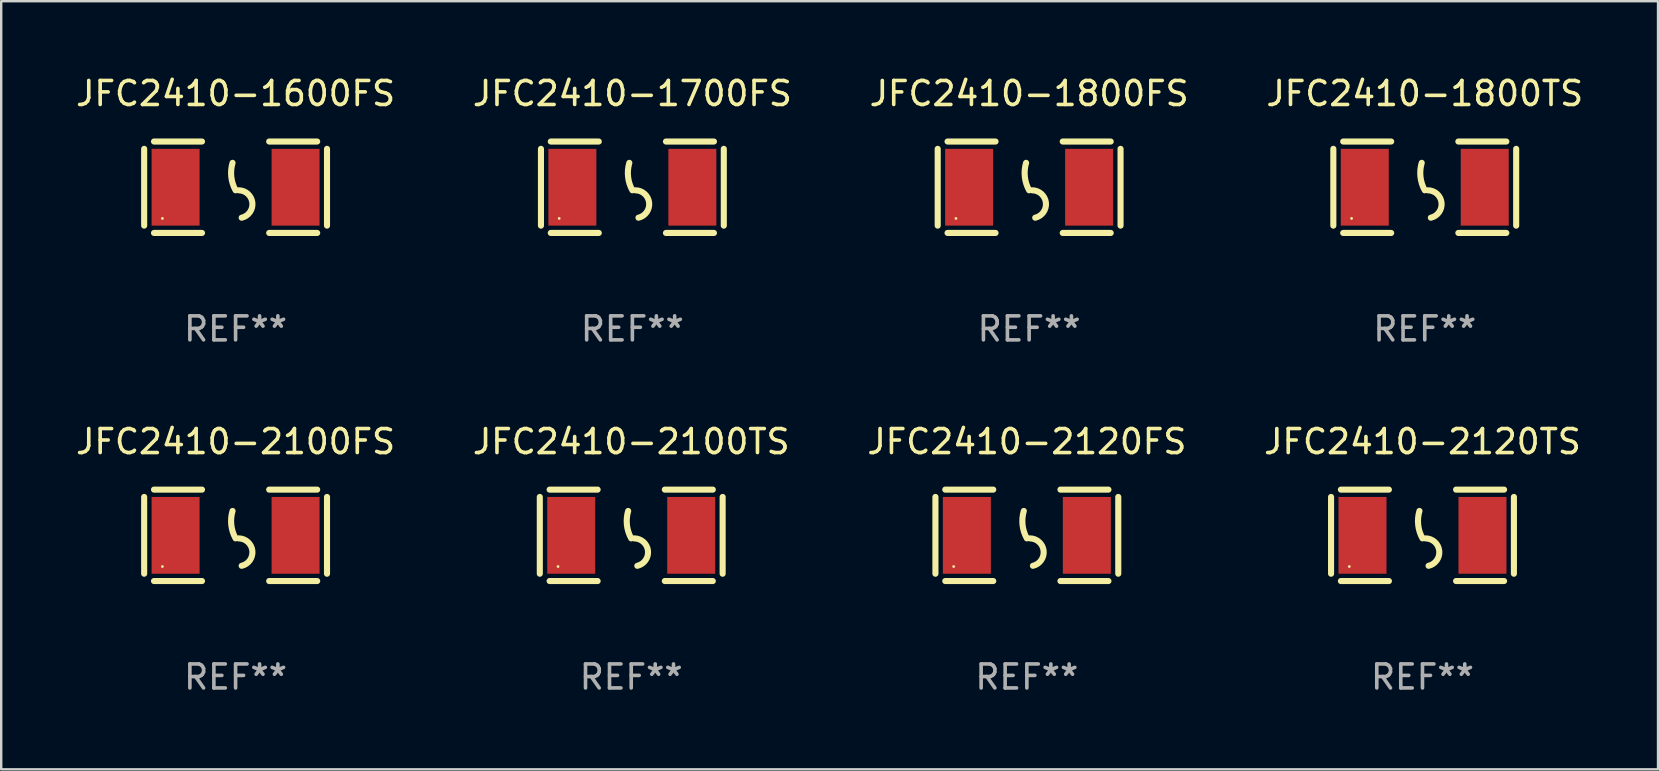
<source format=kicad_pcb>
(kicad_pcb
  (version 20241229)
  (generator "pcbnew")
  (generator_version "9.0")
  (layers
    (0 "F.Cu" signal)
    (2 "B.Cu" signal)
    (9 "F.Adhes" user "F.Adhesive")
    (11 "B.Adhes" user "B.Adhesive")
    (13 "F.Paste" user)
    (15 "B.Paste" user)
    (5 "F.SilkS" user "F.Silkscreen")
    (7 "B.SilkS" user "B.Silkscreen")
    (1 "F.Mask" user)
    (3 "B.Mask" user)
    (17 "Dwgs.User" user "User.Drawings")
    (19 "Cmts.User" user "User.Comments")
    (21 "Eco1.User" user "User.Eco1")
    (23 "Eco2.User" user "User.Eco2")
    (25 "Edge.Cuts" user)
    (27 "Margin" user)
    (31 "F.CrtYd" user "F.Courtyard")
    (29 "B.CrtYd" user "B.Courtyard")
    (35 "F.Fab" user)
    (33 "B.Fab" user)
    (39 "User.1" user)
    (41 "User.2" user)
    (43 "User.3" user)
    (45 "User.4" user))
  (footprint "JFC2410-1700FS"
    (layer "F.Cu")
    (at 23.304 4.753)
    (property "Reference" "JFC2410-1700FS" (at 0 -3.905 0) (layer "F.SilkS") (effects (font (size 1 1) (thickness 0.15))))
    (attr through_hole)
    (fp_line (start -3.81 -1.6) (end -3.81 1.6) (stroke (width 0.254) (type solid)) (layer "F.SilkS"))
    (fp_line (start -3.4 -1.905) (end -1.4 -1.905) (stroke (width 0.254) (type solid)) (layer "F.SilkS"))
    (fp_line (start -3.4 1.905) (end -1.4 1.905) (stroke (width 0.254) (type solid)) (layer "F.SilkS"))
    (fp_line (start 1.4 -1.905) (end 3.4 -1.905) (stroke (width 0.254) (type solid)) (layer "F.SilkS"))
    (fp_line (start 1.4 1.905) (end 3.4 1.905) (stroke (width 0.254) (type solid)) (layer "F.SilkS"))
    (fp_line (start 3.81 -1.6) (end 3.81 1.6) (stroke (width 0.254) (type solid)) (layer "F.SilkS"))
    (fp_arc (start 0 0.127) (mid -0.178599 -0.431712) (end -0.127 -1.016002) (stroke (width 0.254001) (type solid)) (layer "F.SilkS"))
    (fp_arc (start 0.126999 0.127) (mid 0.698883 0.642014) (end 0.254001 1.270003) (stroke (width 0.254001) (type solid)) (layer "F.SilkS"))
    (fp_circle (center -3.05 1.3) (end -3.02 1.3) (stroke (width 0.06) (type solid)) (fill no) (layer "F.SilkS"))
    (fp_text user "REF**" (at 0 5.905 0) (layer "F.Fab") (effects (font (size 1 1) (thickness 0.15))))
    (pad "1" smd rect (at -2.5 0) (size 2 3.2) (layers "F.Cu" "F.Mask" "F.Paste"))
    (pad "2" smd rect (at 2.5 0) (size 2 3.2) (layers "F.Cu" "F.Mask" "F.Paste")))
  (footprint "JFC2410-2100FS"
    (layer "F.Cu")
    (at 6.768 19.26)
    (property "Reference" "JFC2410-2100FS" (at 0 -3.905 0) (layer "F.SilkS") (effects (font (size 1 1) (thickness 0.15))))
    (attr through_hole)
    (fp_line (start -3.81 -1.6) (end -3.81 1.6) (stroke (width 0.254) (type solid)) (layer "F.SilkS"))
    (fp_line (start -3.4 -1.905) (end -1.4 -1.905) (stroke (width 0.254) (type solid)) (layer "F.SilkS"))
    (fp_line (start -3.4 1.905) (end -1.4 1.905) (stroke (width 0.254) (type solid)) (layer "F.SilkS"))
    (fp_line (start 1.4 -1.905) (end 3.4 -1.905) (stroke (width 0.254) (type solid)) (layer "F.SilkS"))
    (fp_line (start 1.4 1.905) (end 3.4 1.905) (stroke (width 0.254) (type solid)) (layer "F.SilkS"))
    (fp_line (start 3.81 -1.6) (end 3.81 1.6) (stroke (width 0.254) (type solid)) (layer "F.SilkS"))
    (fp_arc (start 0 0.127) (mid -0.178599 -0.431712) (end -0.127 -1.016002) (stroke (width 0.254001) (type solid)) (layer "F.SilkS"))
    (fp_arc (start 0.126999 0.127) (mid 0.698883 0.642014) (end 0.254001 1.270003) (stroke (width 0.254001) (type solid)) (layer "F.SilkS"))
    (fp_circle (center -3.05 1.3) (end -3.02 1.3) (stroke (width 0.06) (type solid)) (fill no) (layer "F.SilkS"))
    (fp_text user "REF**" (at 0 5.905 0) (layer "F.Fab") (effects (font (size 1 1) (thickness 0.15))))
    (pad "1" smd rect (at -2.5 0) (size 2 3.2) (layers "F.Cu" "F.Mask" "F.Paste"))
    (pad "2" smd rect (at 2.5 0) (size 2 3.2) (layers "F.Cu" "F.Mask" "F.Paste")))
  (footprint "JFC2410-2120TS"
    (layer "F.Cu")
    (at 56.232 19.26)
    (property "Reference" "JFC2410-2120TS" (at 0 -3.905 0) (layer "F.SilkS") (effects (font (size 1 1) (thickness 0.15))))
    (attr through_hole)
    (fp_line (start -3.81 -1.6) (end -3.81 1.6) (stroke (width 0.254) (type solid)) (layer "F.SilkS"))
    (fp_line (start -3.4 -1.905) (end -1.4 -1.905) (stroke (width 0.254) (type solid)) (layer "F.SilkS"))
    (fp_line (start -3.4 1.905) (end -1.4 1.905) (stroke (width 0.254) (type solid)) (layer "F.SilkS"))
    (fp_line (start 1.4 -1.905) (end 3.4 -1.905) (stroke (width 0.254) (type solid)) (layer "F.SilkS"))
    (fp_line (start 1.4 1.905) (end 3.4 1.905) (stroke (width 0.254) (type solid)) (layer "F.SilkS"))
    (fp_line (start 3.81 -1.6) (end 3.81 1.6) (stroke (width 0.254) (type solid)) (layer "F.SilkS"))
    (fp_arc (start 0 0.127) (mid -0.178599 -0.431712) (end -0.127 -1.016002) (stroke (width 0.254001) (type solid)) (layer "F.SilkS"))
    (fp_arc (start 0.126999 0.127) (mid 0.698883 0.642014) (end 0.254001 1.270003) (stroke (width 0.254001) (type solid)) (layer "F.SilkS"))
    (fp_circle (center -3.05 1.3) (end -3.02 1.3) (stroke (width 0.06) (type solid)) (fill no) (layer "F.SilkS"))
    (fp_text user "REF**" (at 0 5.905 0) (layer "F.Fab") (effects (font (size 1 1) (thickness 0.15))))
    (pad "1" smd rect (at -2.5 0) (size 2 3.2) (layers "F.Cu" "F.Mask" "F.Paste"))
    (pad "2" smd rect (at 2.5 0) (size 2 3.2) (layers "F.Cu" "F.Mask" "F.Paste")))
  (footprint "JFC2410-1600FS"
    (layer "F.Cu")
    (at 6.768 4.753)
    (property "Reference" "JFC2410-1600FS" (at 0 -3.905 0) (layer "F.SilkS") (effects (font (size 1 1) (thickness 0.15))))
    (attr through_hole)
    (fp_line (start -3.81 -1.6) (end -3.81 1.6) (stroke (width 0.254) (type solid)) (layer "F.SilkS"))
    (fp_line (start -3.4 -1.905) (end -1.4 -1.905) (stroke (width 0.254) (type solid)) (layer "F.SilkS"))
    (fp_line (start -3.4 1.905) (end -1.4 1.905) (stroke (width 0.254) (type solid)) (layer "F.SilkS"))
    (fp_line (start 1.4 -1.905) (end 3.4 -1.905) (stroke (width 0.254) (type solid)) (layer "F.SilkS"))
    (fp_line (start 1.4 1.905) (end 3.4 1.905) (stroke (width 0.254) (type solid)) (layer "F.SilkS"))
    (fp_line (start 3.81 -1.6) (end 3.81 1.6) (stroke (width 0.254) (type solid)) (layer "F.SilkS"))
    (fp_arc (start 0 0.127) (mid -0.178599 -0.431712) (end -0.127 -1.016002) (stroke (width 0.254001) (type solid)) (layer "F.SilkS"))
    (fp_arc (start 0.126999 0.127) (mid 0.698883 0.642014) (end 0.254001 1.270003) (stroke (width 0.254001) (type solid)) (layer "F.SilkS"))
    (fp_circle (center -3.05 1.3) (end -3.02 1.3) (stroke (width 0.06) (type solid)) (fill no) (layer "F.SilkS"))
    (fp_text user "REF**" (at 0 5.905 0) (layer "F.Fab") (effects (font (size 1 1) (thickness 0.15))))
    (pad "1" smd rect (at -2.5 0) (size 2 3.2) (layers "F.Cu" "F.Mask" "F.Paste"))
    (pad "2" smd rect (at 2.5 0) (size 2 3.2) (layers "F.Cu" "F.Mask" "F.Paste")))
  (footprint "JFC2410-2100TS"
    (layer "F.Cu")
    (at 23.256 19.26)
    (property "Reference" "JFC2410-2100TS" (at 0 -3.905 0) (layer "F.SilkS") (effects (font (size 1 1) (thickness 0.15))))
    (attr through_hole)
    (fp_line (start -3.81 -1.6) (end -3.81 1.6) (stroke (width 0.254) (type solid)) (layer "F.SilkS"))
    (fp_line (start -3.4 -1.905) (end -1.4 -1.905) (stroke (width 0.254) (type solid)) (layer "F.SilkS"))
    (fp_line (start -3.4 1.905) (end -1.4 1.905) (stroke (width 0.254) (type solid)) (layer "F.SilkS"))
    (fp_line (start 1.4 -1.905) (end 3.4 -1.905) (stroke (width 0.254) (type solid)) (layer "F.SilkS"))
    (fp_line (start 1.4 1.905) (end 3.4 1.905) (stroke (width 0.254) (type solid)) (layer "F.SilkS"))
    (fp_line (start 3.81 -1.6) (end 3.81 1.6) (stroke (width 0.254) (type solid)) (layer "F.SilkS"))
    (fp_arc (start 0 0.127) (mid -0.178599 -0.431712) (end -0.127 -1.016002) (stroke (width 0.254001) (type solid)) (layer "F.SilkS"))
    (fp_arc (start 0.126999 0.127) (mid 0.698883 0.642014) (end 0.254001 1.270003) (stroke (width 0.254001) (type solid)) (layer "F.SilkS"))
    (fp_circle (center -3.05 1.3) (end -3.02 1.3) (stroke (width 0.06) (type solid)) (fill no) (layer "F.SilkS"))
    (fp_text user "REF**" (at 0 5.905 0) (layer "F.Fab") (effects (font (size 1 1) (thickness 0.15))))
    (pad "1" smd rect (at -2.5 0) (size 2 3.2) (layers "F.Cu" "F.Mask" "F.Paste"))
    (pad "2" smd rect (at 2.5 0) (size 2 3.2) (layers "F.Cu" "F.Mask" "F.Paste")))
  (footprint "JFC2410-1800TS"
    (layer "F.Cu")
    (at 56.327 4.753)
    (property "Reference" "JFC2410-1800TS" (at 0 -3.905 0) (layer "F.SilkS") (effects (font (size 1 1) (thickness 0.15))))
    (attr through_hole)
    (fp_line (start -3.81 -1.6) (end -3.81 1.6) (stroke (width 0.254) (type solid)) (layer "F.SilkS"))
    (fp_line (start -3.4 -1.905) (end -1.4 -1.905) (stroke (width 0.254) (type solid)) (layer "F.SilkS"))
    (fp_line (start -3.4 1.905) (end -1.4 1.905) (stroke (width 0.254) (type solid)) (layer "F.SilkS"))
    (fp_line (start 1.4 -1.905) (end 3.4 -1.905) (stroke (width 0.254) (type solid)) (layer "F.SilkS"))
    (fp_line (start 1.4 1.905) (end 3.4 1.905) (stroke (width 0.254) (type solid)) (layer "F.SilkS"))
    (fp_line (start 3.81 -1.6) (end 3.81 1.6) (stroke (width 0.254) (type solid)) (layer "F.SilkS"))
    (fp_arc (start 0 0.127) (mid -0.178599 -0.431712) (end -0.127 -1.016002) (stroke (width 0.254001) (type solid)) (layer "F.SilkS"))
    (fp_arc (start 0.126999 0.127) (mid 0.698883 0.642014) (end 0.254001 1.270003) (stroke (width 0.254001) (type solid)) (layer "F.SilkS"))
    (fp_circle (center -3.05 1.3) (end -3.02 1.3) (stroke (width 0.06) (type solid)) (fill no) (layer "F.SilkS"))
    (fp_text user "REF**" (at 0 5.905 0) (layer "F.Fab") (effects (font (size 1 1) (thickness 0.15))))
    (pad "1" smd rect (at -2.5 0) (size 2 3.2) (layers "F.Cu" "F.Mask" "F.Paste"))
    (pad "2" smd rect (at 2.5 0) (size 2 3.2) (layers "F.Cu" "F.Mask" "F.Paste")))
  (footprint "JFC2410-1800FS"
    (layer "F.Cu")
    (at 39.839 4.753)
    (property "Reference" "JFC2410-1800FS" (at 0 -3.905 0) (layer "F.SilkS") (effects (font (size 1 1) (thickness 0.15))))
    (attr through_hole)
    (fp_line (start -3.81 -1.6) (end -3.81 1.6) (stroke (width 0.254) (type solid)) (layer "F.SilkS"))
    (fp_line (start -3.4 -1.905) (end -1.4 -1.905) (stroke (width 0.254) (type solid)) (layer "F.SilkS"))
    (fp_line (start -3.4 1.905) (end -1.4 1.905) (stroke (width 0.254) (type solid)) (layer "F.SilkS"))
    (fp_line (start 1.4 -1.905) (end 3.4 -1.905) (stroke (width 0.254) (type solid)) (layer "F.SilkS"))
    (fp_line (start 1.4 1.905) (end 3.4 1.905) (stroke (width 0.254) (type solid)) (layer "F.SilkS"))
    (fp_line (start 3.81 -1.6) (end 3.81 1.6) (stroke (width 0.254) (type solid)) (layer "F.SilkS"))
    (fp_arc (start 0 0.127) (mid -0.178599 -0.431712) (end -0.127 -1.016002) (stroke (width 0.254001) (type solid)) (layer "F.SilkS"))
    (fp_arc (start 0.126999 0.127) (mid 0.698883 0.642014) (end 0.254001 1.270003) (stroke (width 0.254001) (type solid)) (layer "F.SilkS"))
    (fp_circle (center -3.05 1.3) (end -3.02 1.3) (stroke (width 0.06) (type solid)) (fill no) (layer "F.SilkS"))
    (fp_text user "REF**" (at 0 5.905 0) (layer "F.Fab") (effects (font (size 1 1) (thickness 0.15))))
    (pad "1" smd rect (at -2.5 0) (size 2 3.2) (layers "F.Cu" "F.Mask" "F.Paste"))
    (pad "2" smd rect (at 2.5 0) (size 2 3.2) (layers "F.Cu" "F.Mask" "F.Paste")))
  (footprint "JFC2410-2120FS"
    (layer "F.Cu")
    (at 39.744 19.26)
    (property "Reference" "JFC2410-2120FS" (at 0 -3.905 0) (layer "F.SilkS") (effects (font (size 1 1) (thickness 0.15))))
    (attr through_hole)
    (fp_line (start -3.81 -1.6) (end -3.81 1.6) (stroke (width 0.254) (type solid)) (layer "F.SilkS"))
    (fp_line (start -3.4 -1.905) (end -1.4 -1.905) (stroke (width 0.254) (type solid)) (layer "F.SilkS"))
    (fp_line (start -3.4 1.905) (end -1.4 1.905) (stroke (width 0.254) (type solid)) (layer "F.SilkS"))
    (fp_line (start 1.4 -1.905) (end 3.4 -1.905) (stroke (width 0.254) (type solid)) (layer "F.SilkS"))
    (fp_line (start 1.4 1.905) (end 3.4 1.905) (stroke (width 0.254) (type solid)) (layer "F.SilkS"))
    (fp_line (start 3.81 -1.6) (end 3.81 1.6) (stroke (width 0.254) (type solid)) (layer "F.SilkS"))
    (fp_arc (start 0 0.127) (mid -0.178599 -0.431712) (end -0.127 -1.016002) (stroke (width 0.254001) (type solid)) (layer "F.SilkS"))
    (fp_arc (start 0.126999 0.127) (mid 0.698883 0.642014) (end 0.254001 1.270003) (stroke (width 0.254001) (type solid)) (layer "F.SilkS"))
    (fp_circle (center -3.05 1.3) (end -3.02 1.3) (stroke (width 0.06) (type solid)) (fill no) (layer "F.SilkS"))
    (fp_text user "REF**" (at 0 5.905 0) (layer "F.Fab") (effects (font (size 1 1) (thickness 0.15))))
    (pad "1" smd rect (at -2.5 0) (size 2 3.2) (layers "F.Cu" "F.Mask" "F.Paste"))
    (pad "2" smd rect (at 2.5 0) (size 2 3.2) (layers "F.Cu" "F.Mask" "F.Paste")))
  (gr_rect
    (start -3 -3)
    (end 66.048 29.013)
    (stroke (width 0.1) (type default))
    (fill no)
    (layer "Edge.Cuts")))
</source>
